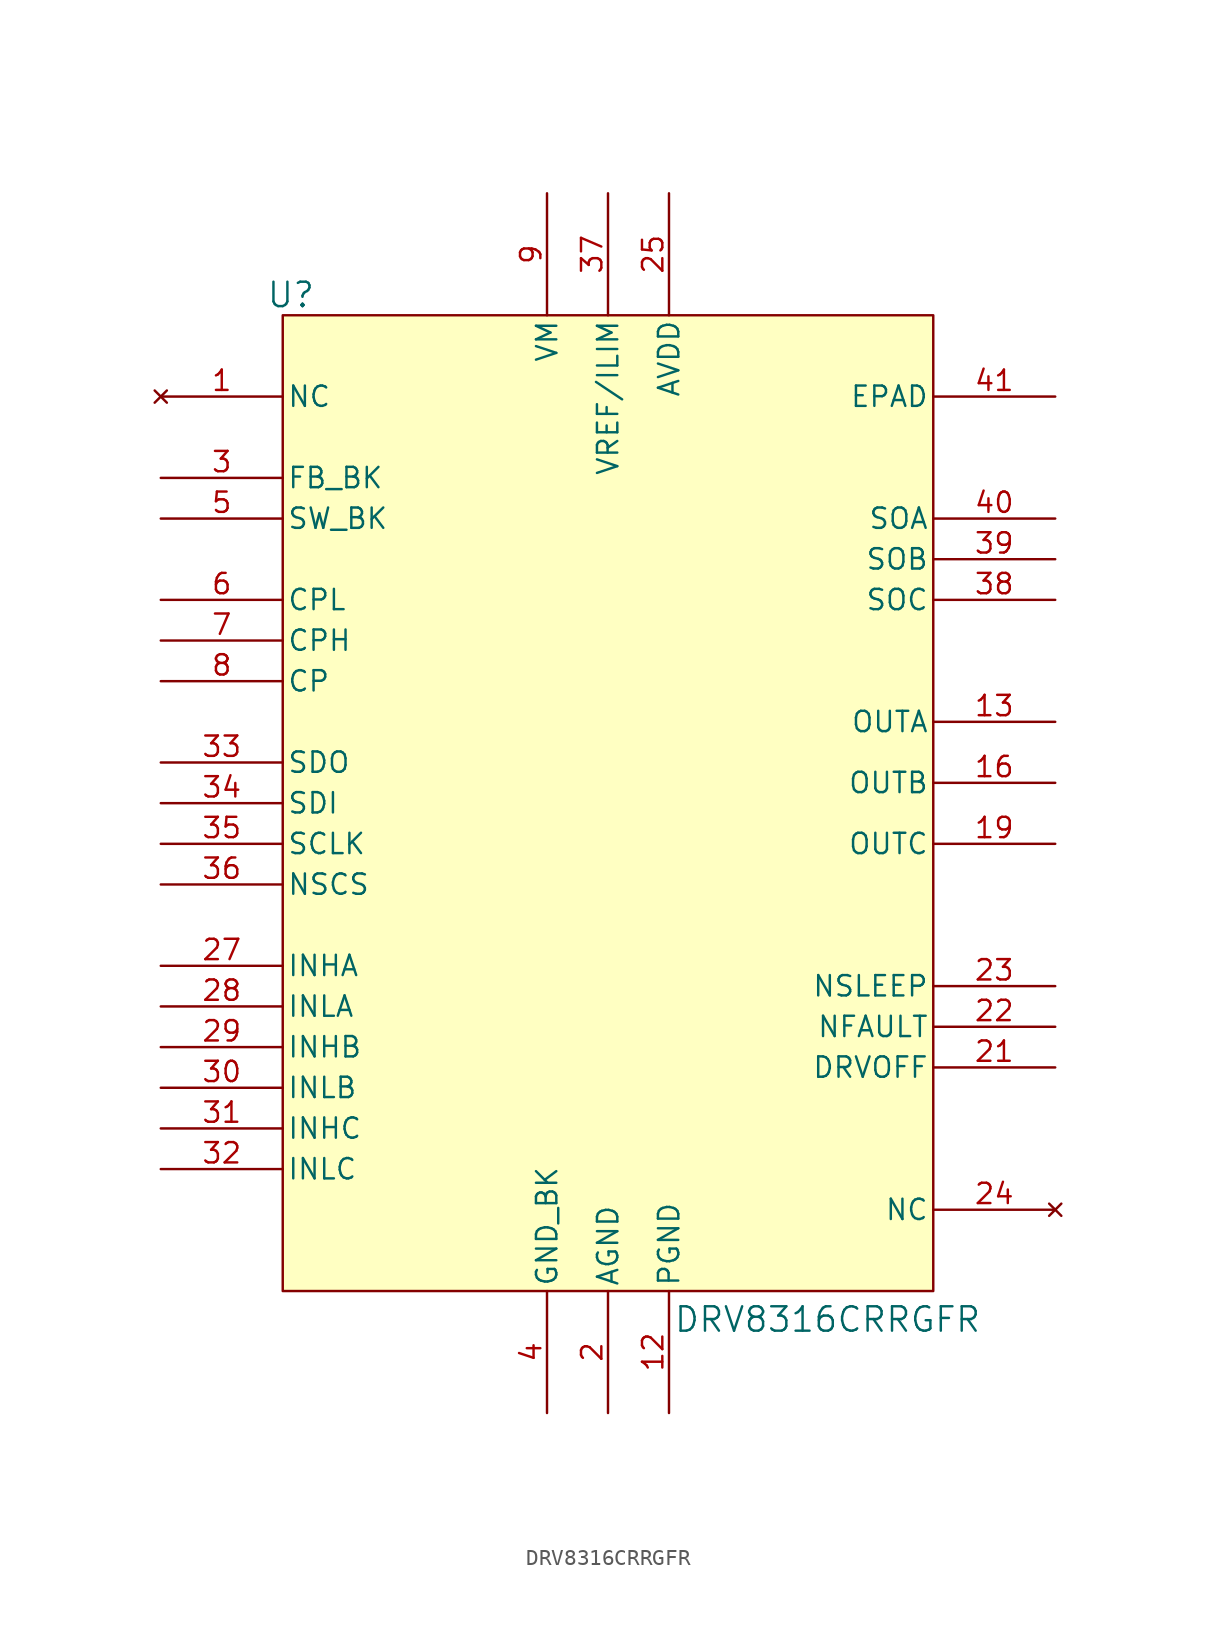
<source format=kicad_sym>
(kicad_symbol_lib
  (version 20240529)
  (generator "kicad_symbol_editor")
  (generator_version "8.99")
  (symbol "DRV8316CRRGFR"
    (pin_names
      (offset 0.254))
    (property "Reference" "U"
      (at 8.128 6.35 0)
      (effects (font (size 1.524 1.524))))
    (property "Value" "DRV8316CRRGFR"
      (at 41.656 -57.658 0)
      (effects (font (size 1.524 1.524))))
    (property "ki_locked" ""
      (at 0 0 0)
      (effects (font (size 1.27 1.27))))
    (symbol "DRV8316CRRGFR_0_1"
      (pin no_connect line (at 0 0 0) (length 7.62) (name "NC" (effects (font (size 1.27 1.27)))) (number "1" (effects (font (size 1.27 1.27)))))
      (pin power_in line (at 0 -5.08 0) (length 7.62) (name "FB_BK" (effects (font (size 1.27 1.27)))) (number "3" (effects (font (size 1.27 1.27)))))
      (pin power_in line (at 0 -7.62 0) (length 7.62) (name "SW_BK" (effects (font (size 1.27 1.27)))) (number "5" (effects (font (size 1.27 1.27)))))
      (pin power_in line (at 0 -12.7 0) (length 7.62) (name "CPL" (effects (font (size 1.27 1.27)))) (number "6" (effects (font (size 1.27 1.27)))))
      (pin power_in line (at 0 -15.24 0) (length 7.62) (name "CPH" (effects (font (size 1.27 1.27)))) (number "7" (effects (font (size 1.27 1.27)))))
      (pin power_in line (at 0 -17.78 0) (length 7.62) (name "CP" (effects (font (size 1.27 1.27)))) (number "8" (effects (font (size 1.27 1.27)))))
      (pin output line (at 0 -22.86 0) (length 7.62) (name "SDO" (effects (font (size 1.27 1.27)))) (number "33" (effects (font (size 1.27 1.27)))))
      (pin input line (at 0 -25.4 0) (length 7.62) (name "SDI" (effects (font (size 1.27 1.27)))) (number "34" (effects (font (size 1.27 1.27)))))
      (pin input line (at 0 -27.94 0) (length 7.62) (name "SCLK" (effects (font (size 1.27 1.27)))) (number "35" (effects (font (size 1.27 1.27)))))
      (pin input line (at 0 -30.48 0) (length 7.62) (name "NSCS" (effects (font (size 1.27 1.27)))) (number "36" (effects (font (size 1.27 1.27)))))
      (pin input line (at 0 -35.56 0) (length 7.62) (name "INHA" (effects (font (size 1.27 1.27)))) (number "27" (effects (font (size 1.27 1.27)))))
      (pin input line (at 0 -38.1 0) (length 7.62) (name "INLA" (effects (font (size 1.27 1.27)))) (number "28" (effects (font (size 1.27 1.27)))))
      (pin input line (at 0 -40.64 0) (length 7.62) (name "INHB" (effects (font (size 1.27 1.27)))) (number "29" (effects (font (size 1.27 1.27)))))
      (pin input line (at 0 -43.18 0) (length 7.62) (name "INLB" (effects (font (size 1.27 1.27)))) (number "30" (effects (font (size 1.27 1.27)))))
      (pin input line (at 0 -45.72 0) (length 7.62) (name "INHC" (effects (font (size 1.27 1.27)))) (number "31" (effects (font (size 1.27 1.27)))))
      (pin input line (at 0 -48.26 0) (length 7.62) (name "INLC" (effects (font (size 1.27 1.27)))) (number "32" (effects (font (size 1.27 1.27)))))
      (pin power_in line (at 24.13 12.7 270) (length 7.62) (name "VM" (effects (font (size 1.27 1.27)))) (number "9" (effects (font (size 1.27 1.27)))))
      (pin power_out line (at 24.13 -63.5 90) (length 7.62) (name "GND_BK" (effects (font (size 1.27 1.27)))) (number "4" (effects (font (size 1.27 1.27)))))
      (pin power_in line (at 27.94 12.7 270) (length 7.62) (name "VREF/ILIM" (effects (font (size 1.27 1.27)))) (number "37" (effects (font (size 1.27 1.27)))))
      (pin power_out line (at 27.94 -63.5 90) (length 7.62) (name "AGND" (effects (font (size 1.27 1.27)))) (number "2" (effects (font (size 1.27 1.27)))))
      (pin power_in line (at 31.75 12.7 270) (length 7.62) (name "AVDD" (effects (font (size 1.27 1.27)))) (number "25" (effects (font (size 1.27 1.27)))))
      (pin power_out line (at 31.75 -63.5 90) (length 7.62) (name "PGND" (effects (font (size 1.27 1.27)))) (number "12" (effects (font (size 1.27 1.27)))))
      (pin power_out line (at 55.88 0 180) (length 7.62) (name "EPAD" (effects (font (size 1.27 1.27)))) (number "41" (effects (font (size 1.27 1.27)))))
      (pin output line (at 55.88 -7.62 180) (length 7.62) (name "SOA" (effects (font (size 1.27 1.27)))) (number "40" (effects (font (size 1.27 1.27)))))
      (pin output line (at 55.88 -10.16 180) (length 7.62) (name "SOB" (effects (font (size 1.27 1.27)))) (number "39" (effects (font (size 1.27 1.27)))))
      (pin output line (at 55.88 -12.7 180) (length 7.62) (name "SOC" (effects (font (size 1.27 1.27)))) (number "38" (effects (font (size 1.27 1.27)))))
      (pin power_in line (at 55.88 -20.32 180) (length 7.62) (name "OUTA" (effects (font (size 1.27 1.27)))) (number "13" (effects (font (size 1.27 1.27)))))
      (pin power_in line (at 55.88 -24.13 180) (length 7.62) (name "OUTB" (effects (font (size 1.27 1.27)))) (number "16" (effects (font (size 1.27 1.27)))))
      (pin power_in line (at 55.88 -27.94 180) (length 7.62) (name "OUTC" (effects (font (size 1.27 1.27)))) (number "19" (effects (font (size 1.27 1.27)))))
      (pin input line (at 55.88 -36.83 180) (length 7.62) (name "NSLEEP" (effects (font (size 1.27 1.27)))) (number "23" (effects (font (size 1.27 1.27)))))
      (pin output line (at 55.88 -39.37 180) (length 7.62) (name "NFAULT" (effects (font (size 1.27 1.27)))) (number "22" (effects (font (size 1.27 1.27)))))
      (pin input line (at 55.88 -41.91 180) (length 7.62) (name "DRVOFF" (effects (font (size 1.27 1.27)))) (number "21" (effects (font (size 1.27 1.27)))))
      (pin no_connect line (at 55.88 -50.8 180) (length 7.62) (name "NC" (effects (font (size 1.27 1.27)))) (number "24" (effects (font (size 1.27 1.27))))))
    (symbol "DRV8316CRRGFR_1_1"
      (rectangle (start 7.62 5.08) (end 48.26 -55.88) (stroke (width 0) (type default)) (fill (type background)))
      (pin power_in line (at 24.13 12.7 270) (length 7.62) hide (name "VM" (effects (font (size 1.27 1.27)))) (number "10" (effects (font (size 1.27 1.27)))))
      (pin power_in line (at 24.13 12.7 270) (length 7.62) hide (name "VM" (effects (font (size 1.27 1.27)))) (number "11" (effects (font (size 1.27 1.27)))))
      (pin power_out line (at 27.94 -63.5 90) (length 7.62) hide (name "AGND" (effects (font (size 1.27 1.27)))) (number "26" (effects (font (size 1.27 1.27)))))
      (pin power_out line (at 31.75 -63.5 90) (length 7.62) hide (name "PGND" (effects (font (size 1.27 1.27)))) (number "15" (effects (font (size 1.27 1.27)))))
      (pin power_out line (at 31.75 -63.5 90) (length 7.62) hide (name "PGND" (effects (font (size 1.27 1.27)))) (number "18" (effects (font (size 1.27 1.27)))))
      (pin power_in line (at 55.88 -20.32 180) (length 7.62) hide (name "OUTA" (effects (font (size 1.27 1.27)))) (number "14" (effects (font (size 1.27 1.27)))))
      (pin power_in line (at 55.88 -24.13 180) (length 7.62) hide (name "OUTB" (effects (font (size 1.27 1.27)))) (number "17" (effects (font (size 1.27 1.27)))))
      (pin power_in line (at 55.88 -27.94 180) (length 7.62) hide (name "OUTC" (effects (font (size 1.27 1.27)))) (number "20" (effects (font (size 1.27 1.27))))))))
</source>
